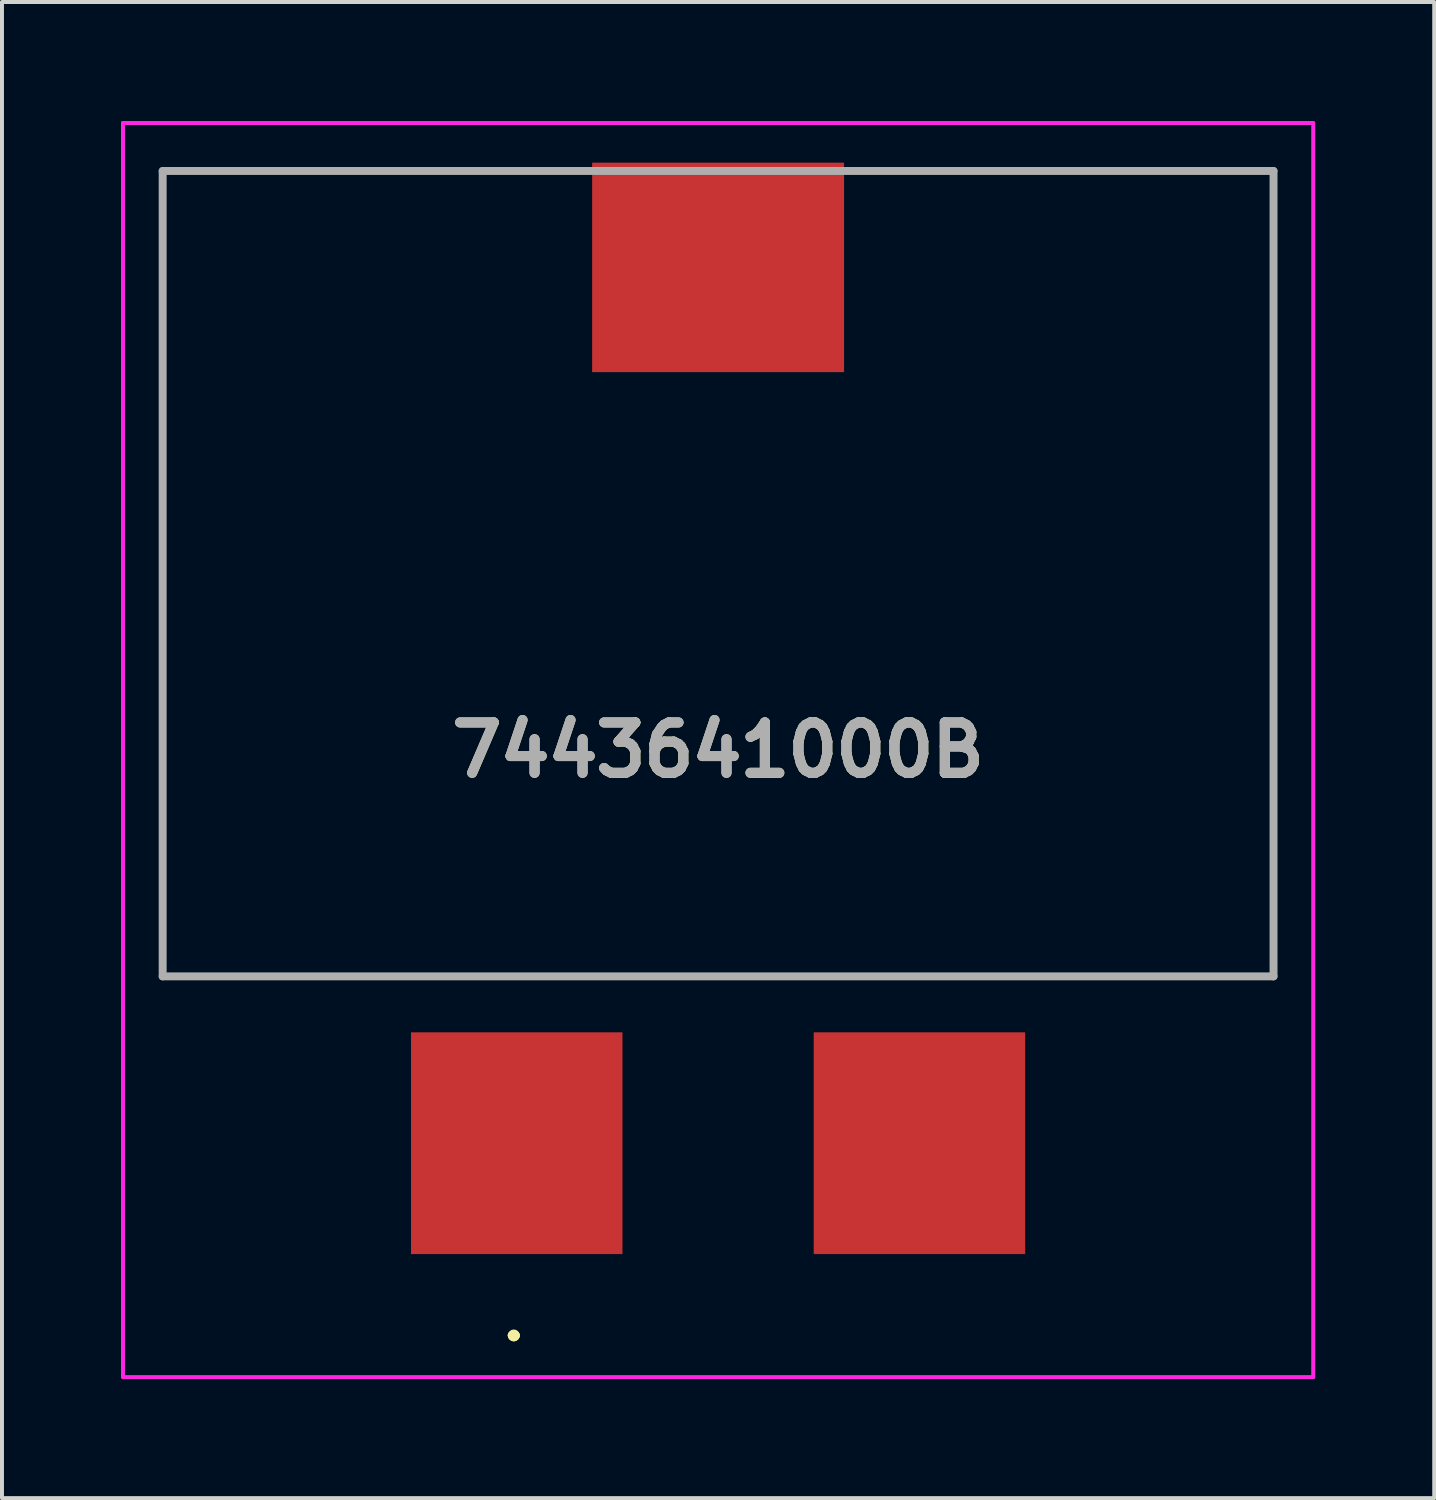
<source format=kicad_pcb>
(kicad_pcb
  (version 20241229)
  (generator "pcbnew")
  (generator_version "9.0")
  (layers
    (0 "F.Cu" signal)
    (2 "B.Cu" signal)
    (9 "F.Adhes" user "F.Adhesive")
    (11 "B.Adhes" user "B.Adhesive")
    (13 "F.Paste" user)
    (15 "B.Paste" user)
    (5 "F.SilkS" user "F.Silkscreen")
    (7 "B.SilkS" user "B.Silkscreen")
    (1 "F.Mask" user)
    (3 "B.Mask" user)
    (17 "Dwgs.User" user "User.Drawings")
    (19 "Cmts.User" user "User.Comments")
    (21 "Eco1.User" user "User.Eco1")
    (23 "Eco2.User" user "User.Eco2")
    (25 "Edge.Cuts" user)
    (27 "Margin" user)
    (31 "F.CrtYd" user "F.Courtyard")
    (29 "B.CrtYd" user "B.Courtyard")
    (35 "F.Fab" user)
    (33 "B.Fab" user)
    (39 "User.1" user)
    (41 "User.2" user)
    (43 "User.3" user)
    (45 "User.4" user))
  (footprint "7443641000B"
    (layer "F.Cu")
    (at 15.05 11.41)
    (property "Reference" "7443641000B" (at 0 4.445 0) (layer "F.SilkS") (effects (font (size 1.27 1.27) (thickness 0.254))))
    (attr smd)
    (fp_line (start -14 -10.15) (end -14 -10.15) (stroke (width 0.1) (type solid)) (layer "F.SilkS"))
    (fp_line (start -14 -10.15) (end -14 -10.15) (stroke (width 0.1) (type solid)) (layer "F.SilkS"))
    (fp_line (start -14 -10.15) (end -14 10.15) (stroke (width 0.1) (type solid)) (layer "F.SilkS"))
    (fp_line (start -14 -10.15) (end -4.75 -10.15) (stroke (width 0.1) (type solid)) (layer "F.SilkS"))
    (fp_line (start -14 10.15) (end -14 -10.15) (stroke (width 0.1) (type solid)) (layer "F.SilkS"))
    (fp_line (start -14 10.15) (end -14 10.15) (stroke (width 0.1) (type solid)) (layer "F.SilkS"))
    (fp_line (start -14 10.15) (end -14 10.15) (stroke (width 0.1) (type solid)) (layer "F.SilkS"))
    (fp_line (start -14 10.15) (end 14 10.15) (stroke (width 0.1) (type solid)) (layer "F.SilkS"))
    (fp_line (start -5.2 19.2) (end -5.2 19.2) (stroke (width 0.2) (type solid)) (layer "F.SilkS"))
    (fp_line (start -5.2 19.2) (end -5.2 19.2) (stroke (width 0.2) (type solid)) (layer "F.SilkS"))
    (fp_line (start -5.1 19.2) (end -5.1 19.2) (stroke (width 0.2) (type solid)) (layer "F.SilkS"))
    (fp_line (start -4.75 -10.15) (end -14 -10.15) (stroke (width 0.1) (type solid)) (layer "F.SilkS"))
    (fp_line (start -4.75 -10.15) (end -4.75 -10.15) (stroke (width 0.1) (type solid)) (layer "F.SilkS"))
    (fp_line (start 4.25 -10.15) (end 4.25 -10.15) (stroke (width 0.1) (type solid)) (layer "F.SilkS"))
    (fp_line (start 4.25 -10.15) (end 14 -10.15) (stroke (width 0.1) (type solid)) (layer "F.SilkS"))
    (fp_line (start 14 -10.15) (end 4.25 -10.15) (stroke (width 0.1) (type solid)) (layer "F.SilkS"))
    (fp_line (start 14 -10.15) (end 14 -10.15) (stroke (width 0.1) (type solid)) (layer "F.SilkS"))
    (fp_line (start 14 -10.15) (end 14 -10.15) (stroke (width 0.1) (type solid)) (layer "F.SilkS"))
    (fp_line (start 14 -10.15) (end 14 10.15) (stroke (width 0.1) (type solid)) (layer "F.SilkS"))
    (fp_line (start 14 10.15) (end -14 10.15) (stroke (width 0.1) (type solid)) (layer "F.SilkS"))
    (fp_line (start 14 10.15) (end 14 -10.15) (stroke (width 0.1) (type solid)) (layer "F.SilkS"))
    (fp_line (start 14 10.15) (end 14 10.15) (stroke (width 0.1) (type solid)) (layer "F.SilkS"))
    (fp_line (start 14 10.15) (end 14 10.15) (stroke (width 0.1) (type solid)) (layer "F.SilkS"))
    (fp_arc (start -5.2 19.2) (mid -5.15 19.15) (end -5.1 19.2) (stroke (width 0.2) (type solid)) (layer "F.SilkS"))
    (fp_arc (start -5.1 19.2) (mid -5.15 19.25) (end -5.2 19.2) (stroke (width 0.2) (type solid)) (layer "F.SilkS"))
    (fp_arc (start -5.1 19.2) (mid -5.15 19.25) (end -5.2 19.2) (stroke (width 0.2) (type solid)) (layer "F.SilkS"))
    (fp_line (start -15 -11.36) (end 15 -11.36) (stroke (width 0.1) (type solid)) (layer "F.CrtYd"))
    (fp_line (start -15 20.25) (end -15 -11.36) (stroke (width 0.1) (type solid)) (layer "F.CrtYd"))
    (fp_line (start 15 -11.36) (end 15 20.25) (stroke (width 0.1) (type solid)) (layer "F.CrtYd"))
    (fp_line (start 15 20.25) (end -15 20.25) (stroke (width 0.1) (type solid)) (layer "F.CrtYd"))
    (fp_line (start -14 -10.15) (end -14 10.15) (stroke (width 0.2) (type solid)) (layer "F.Fab"))
    (fp_line (start -14 10.15) (end 14 10.15) (stroke (width 0.2) (type solid)) (layer "F.Fab"))
    (fp_line (start 14 -10.15) (end -14 -10.15) (stroke (width 0.2) (type solid)) (layer "F.Fab"))
    (fp_line (start 14 10.15) (end 14 -10.15) (stroke (width 0.2) (type solid)) (layer "F.Fab"))
    (fp_text user "${REFERENCE}" (at 0 4.445 0) (layer "F.Fab") (effects (font (size 1.27 1.27) (thickness 0.254))))
    (pad "1" smd rect (at -5.075 14.355) (size 5.33 5.59) (layers "F.Cu" "F.Mask" "F.Paste"))
    (pad "2" smd rect (at 5.075 14.355) (size 5.33 5.59) (layers "F.Cu" "F.Mask" "F.Paste"))
    (pad "3" smd rect (at 0 -7.72 90) (size 5.28 6.35) (layers "F.Cu" "F.Mask" "F.Paste")))
  (gr_rect
    (start -3 -3)
    (end 33.1 34.71)
    (stroke (width 0.1) (type default))
    (fill no)
    (layer "Edge.Cuts")))
</source>
